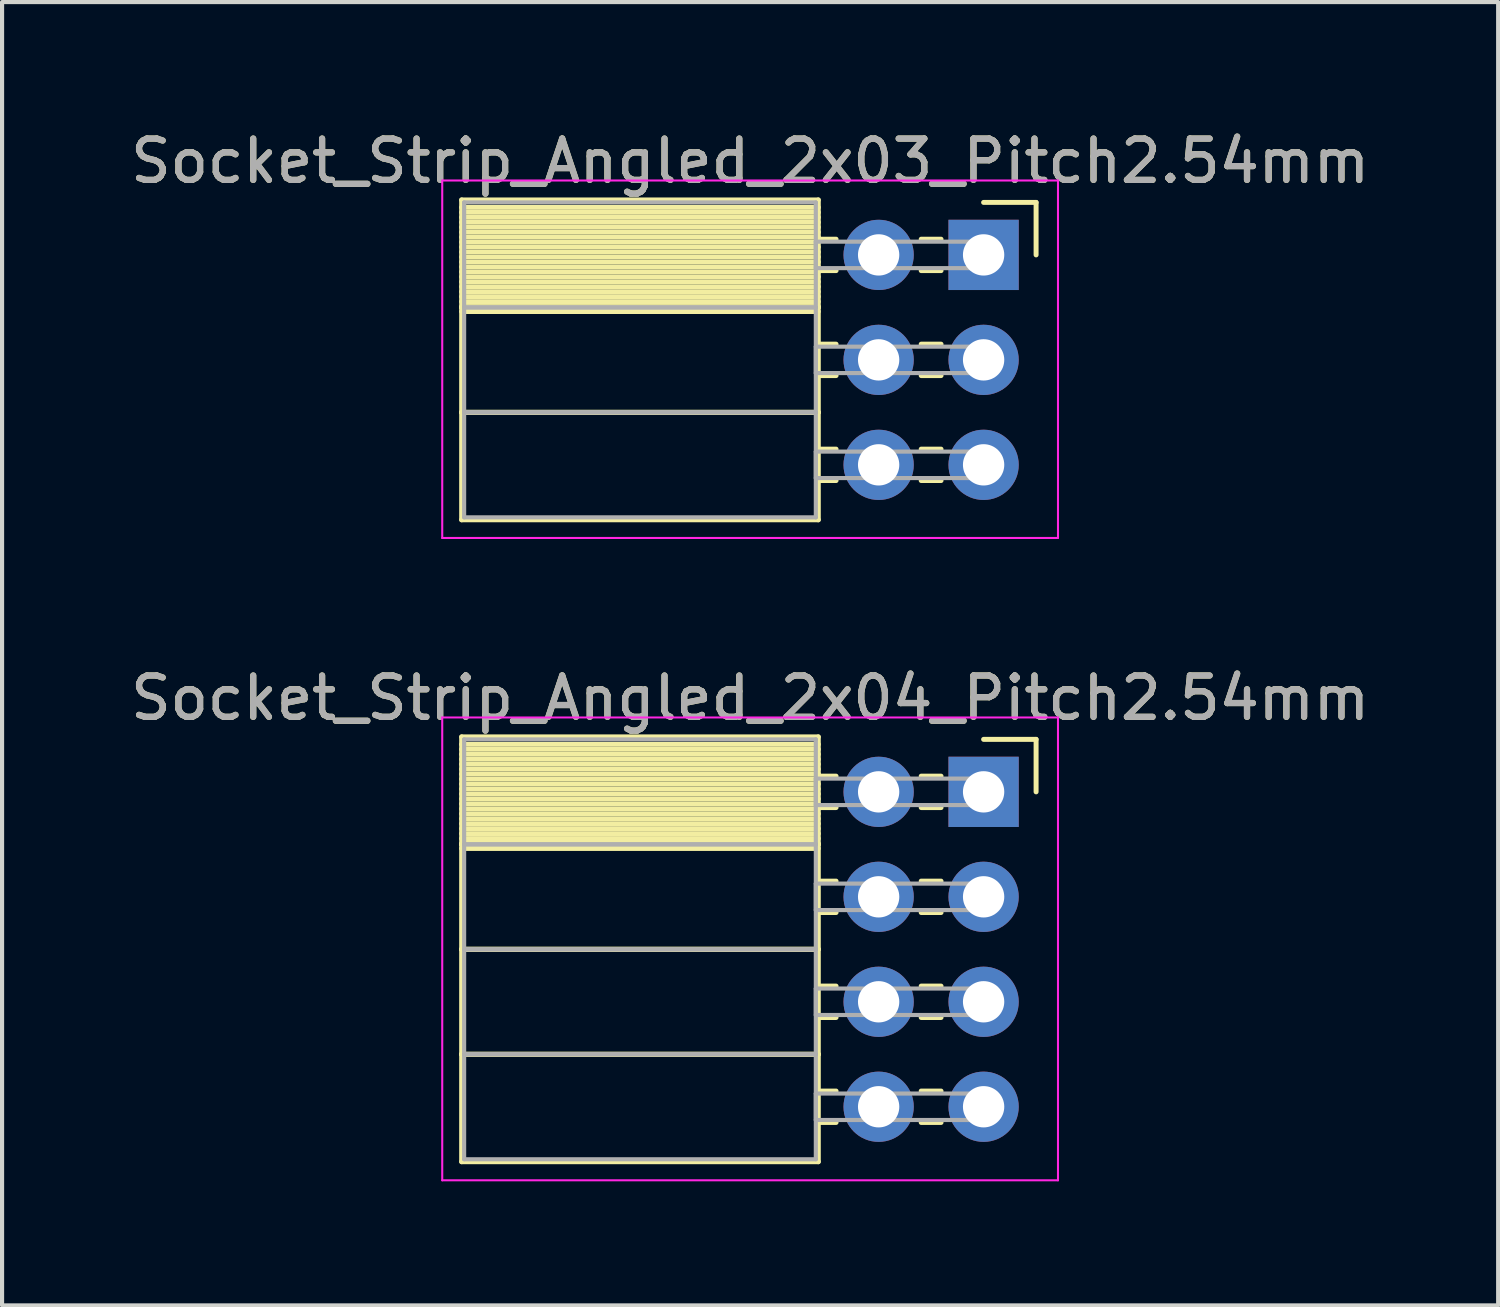
<source format=kicad_pcb>
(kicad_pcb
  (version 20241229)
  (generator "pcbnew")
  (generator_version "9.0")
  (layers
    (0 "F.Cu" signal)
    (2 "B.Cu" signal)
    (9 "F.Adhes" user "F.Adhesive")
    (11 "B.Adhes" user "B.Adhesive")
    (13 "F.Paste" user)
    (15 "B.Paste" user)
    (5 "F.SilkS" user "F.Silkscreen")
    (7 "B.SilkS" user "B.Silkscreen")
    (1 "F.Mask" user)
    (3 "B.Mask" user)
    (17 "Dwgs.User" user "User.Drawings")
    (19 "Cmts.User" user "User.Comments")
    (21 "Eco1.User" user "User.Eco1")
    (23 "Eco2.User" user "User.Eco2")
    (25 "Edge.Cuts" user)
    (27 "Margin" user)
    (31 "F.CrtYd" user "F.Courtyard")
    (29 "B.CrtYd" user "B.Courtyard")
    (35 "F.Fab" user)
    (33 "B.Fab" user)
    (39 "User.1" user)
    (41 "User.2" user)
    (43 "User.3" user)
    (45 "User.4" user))
  (footprint "Socket_Strip_Angled_2x04_Pitch2.54mm"
    (layer "F.Cu")
    (at 20.751 16.111)
    (property "Reference" "Socket_Strip_Angled_2x04_Pitch2.54mm" (at -5.65 -2.27 0) (layer "F.SilkS") (effects (font (size 1 1) (thickness 0.15))))
    (attr through_hole)
    (fp_line (start -12.63 -1.33) (end -4 -1.33) (stroke (width 0.12) (type solid)) (layer "F.SilkS"))
    (fp_line (start -12.63 1.27) (end -12.63 -1.33) (stroke (width 0.12) (type solid)) (layer "F.SilkS"))
    (fp_line (start -12.63 1.27) (end -4 1.27) (stroke (width 0.12) (type solid)) (layer "F.SilkS"))
    (fp_line (start -12.63 3.81) (end -12.63 1.27) (stroke (width 0.12) (type solid)) (layer "F.SilkS"))
    (fp_line (start -12.63 3.81) (end -4 3.81) (stroke (width 0.12) (type solid)) (layer "F.SilkS"))
    (fp_line (start -12.63 6.35) (end -12.63 3.81) (stroke (width 0.12) (type solid)) (layer "F.SilkS"))
    (fp_line (start -12.63 6.35) (end -4 6.35) (stroke (width 0.12) (type solid)) (layer "F.SilkS"))
    (fp_line (start -12.63 8.95) (end -12.63 6.35) (stroke (width 0.12) (type solid)) (layer "F.SilkS"))
    (fp_line (start -4 -1.33) (end -4 1.27) (stroke (width 0.12) (type solid)) (layer "F.SilkS"))
    (fp_line (start -4 -1.15) (end -12.63 -1.15) (stroke (width 0.12) (type solid)) (layer "F.SilkS"))
    (fp_line (start -4 -1.03) (end -12.63 -1.03) (stroke (width 0.12) (type solid)) (layer "F.SilkS"))
    (fp_line (start -4 -0.91) (end -12.63 -0.91) (stroke (width 0.12) (type solid)) (layer "F.SilkS"))
    (fp_line (start -4 -0.79) (end -12.63 -0.79) (stroke (width 0.12) (type solid)) (layer "F.SilkS"))
    (fp_line (start -4 -0.67) (end -12.63 -0.67) (stroke (width 0.12) (type solid)) (layer "F.SilkS"))
    (fp_line (start -4 -0.55) (end -12.63 -0.55) (stroke (width 0.12) (type solid)) (layer "F.SilkS"))
    (fp_line (start -4 -0.43) (end -12.63 -0.43) (stroke (width 0.12) (type solid)) (layer "F.SilkS"))
    (fp_line (start -4 -0.31) (end -12.63 -0.31) (stroke (width 0.12) (type solid)) (layer "F.SilkS"))
    (fp_line (start -4 -0.19) (end -12.63 -0.19) (stroke (width 0.12) (type solid)) (layer "F.SilkS"))
    (fp_line (start -4 -0.07) (end -12.63 -0.07) (stroke (width 0.12) (type solid)) (layer "F.SilkS"))
    (fp_line (start -4 0.05) (end -12.63 0.05) (stroke (width 0.12) (type solid)) (layer "F.SilkS"))
    (fp_line (start -4 0.17) (end -12.63 0.17) (stroke (width 0.12) (type solid)) (layer "F.SilkS"))
    (fp_line (start -4 0.29) (end -12.63 0.29) (stroke (width 0.12) (type solid)) (layer "F.SilkS"))
    (fp_line (start -4 0.41) (end -12.63 0.41) (stroke (width 0.12) (type solid)) (layer "F.SilkS"))
    (fp_line (start -4 0.53) (end -12.63 0.53) (stroke (width 0.12) (type solid)) (layer "F.SilkS"))
    (fp_line (start -4 0.65) (end -12.63 0.65) (stroke (width 0.12) (type solid)) (layer "F.SilkS"))
    (fp_line (start -4 0.77) (end -12.63 0.77) (stroke (width 0.12) (type solid)) (layer "F.SilkS"))
    (fp_line (start -4 0.89) (end -12.63 0.89) (stroke (width 0.12) (type solid)) (layer "F.SilkS"))
    (fp_line (start -4 1.01) (end -12.63 1.01) (stroke (width 0.12) (type solid)) (layer "F.SilkS"))
    (fp_line (start -4 1.13) (end -12.63 1.13) (stroke (width 0.12) (type solid)) (layer "F.SilkS"))
    (fp_line (start -4 1.25) (end -12.63 1.25) (stroke (width 0.12) (type solid)) (layer "F.SilkS"))
    (fp_line (start -4 1.27) (end -12.63 1.27) (stroke (width 0.12) (type solid)) (layer "F.SilkS"))
    (fp_line (start -4 1.27) (end -4 3.81) (stroke (width 0.12) (type solid)) (layer "F.SilkS"))
    (fp_line (start -4 1.37) (end -12.63 1.37) (stroke (width 0.12) (type solid)) (layer "F.SilkS"))
    (fp_line (start -4 3.81) (end -12.63 3.81) (stroke (width 0.12) (type solid)) (layer "F.SilkS"))
    (fp_line (start -4 3.81) (end -4 6.35) (stroke (width 0.12) (type solid)) (layer "F.SilkS"))
    (fp_line (start -4 6.35) (end -12.63 6.35) (stroke (width 0.12) (type solid)) (layer "F.SilkS"))
    (fp_line (start -4 6.35) (end -4 8.95) (stroke (width 0.12) (type solid)) (layer "F.SilkS"))
    (fp_line (start -4 8.95) (end -12.63 8.95) (stroke (width 0.12) (type solid)) (layer "F.SilkS"))
    (fp_line (start -3.57 -0.38) (end -4 -0.38) (stroke (width 0.12) (type solid)) (layer "F.SilkS"))
    (fp_line (start -3.57 0.38) (end -4 0.38) (stroke (width 0.12) (type solid)) (layer "F.SilkS"))
    (fp_line (start -3.57 2.16) (end -4 2.16) (stroke (width 0.12) (type solid)) (layer "F.SilkS"))
    (fp_line (start -3.57 2.92) (end -4 2.92) (stroke (width 0.12) (type solid)) (layer "F.SilkS"))
    (fp_line (start -3.57 4.7) (end -4 4.7) (stroke (width 0.12) (type solid)) (layer "F.SilkS"))
    (fp_line (start -3.57 5.46) (end -4 5.46) (stroke (width 0.12) (type solid)) (layer "F.SilkS"))
    (fp_line (start -3.57 7.24) (end -4 7.24) (stroke (width 0.12) (type solid)) (layer "F.SilkS"))
    (fp_line (start -3.57 8) (end -4 8) (stroke (width 0.12) (type solid)) (layer "F.SilkS"))
    (fp_line (start -1.03 -0.38) (end -1.51 -0.38) (stroke (width 0.12) (type solid)) (layer "F.SilkS"))
    (fp_line (start -1.03 0.38) (end -1.51 0.38) (stroke (width 0.12) (type solid)) (layer "F.SilkS"))
    (fp_line (start -1.03 2.16) (end -1.51 2.16) (stroke (width 0.12) (type solid)) (layer "F.SilkS"))
    (fp_line (start -1.03 2.92) (end -1.51 2.92) (stroke (width 0.12) (type solid)) (layer "F.SilkS"))
    (fp_line (start -1.03 4.7) (end -1.51 4.7) (stroke (width 0.12) (type solid)) (layer "F.SilkS"))
    (fp_line (start -1.03 5.46) (end -1.51 5.46) (stroke (width 0.12) (type solid)) (layer "F.SilkS"))
    (fp_line (start -1.03 7.24) (end -1.51 7.24) (stroke (width 0.12) (type solid)) (layer "F.SilkS"))
    (fp_line (start -1.03 8) (end -1.51 8) (stroke (width 0.12) (type solid)) (layer "F.SilkS"))
    (fp_line (start 0 -1.27) (end 1.27 -1.27) (stroke (width 0.12) (type solid)) (layer "F.SilkS"))
    (fp_line (start 1.27 -1.27) (end 1.27 0) (stroke (width 0.12) (type solid)) (layer "F.SilkS"))
    (fp_line (start -13.1 -1.8) (end 1.8 -1.8) (stroke (width 0.05) (type solid)) (layer "F.CrtYd"))
    (fp_line (start -13.1 9.4) (end -13.1 -1.8) (stroke (width 0.05) (type solid)) (layer "F.CrtYd"))
    (fp_line (start 1.8 -1.8) (end 1.8 9.4) (stroke (width 0.05) (type solid)) (layer "F.CrtYd"))
    (fp_line (start 1.8 9.4) (end -13.1 9.4) (stroke (width 0.05) (type solid)) (layer "F.CrtYd"))
    (fp_line (start -12.57 -1.27) (end -4.06 -1.27) (stroke (width 0.1) (type solid)) (layer "F.Fab"))
    (fp_line (start -12.57 1.27) (end -12.57 -1.27) (stroke (width 0.1) (type solid)) (layer "F.Fab"))
    (fp_line (start -12.57 1.27) (end -4.06 1.27) (stroke (width 0.1) (type solid)) (layer "F.Fab"))
    (fp_line (start -12.57 3.81) (end -12.57 1.27) (stroke (width 0.1) (type solid)) (layer "F.Fab"))
    (fp_line (start -12.57 3.81) (end -4.06 3.81) (stroke (width 0.1) (type solid)) (layer "F.Fab"))
    (fp_line (start -12.57 6.35) (end -12.57 3.81) (stroke (width 0.1) (type solid)) (layer "F.Fab"))
    (fp_line (start -12.57 6.35) (end -4.06 6.35) (stroke (width 0.1) (type solid)) (layer "F.Fab"))
    (fp_line (start -12.57 8.89) (end -12.57 6.35) (stroke (width 0.1) (type solid)) (layer "F.Fab"))
    (fp_line (start -4.06 -1.27) (end -4.06 1.27) (stroke (width 0.1) (type solid)) (layer "F.Fab"))
    (fp_line (start -4.06 -0.32) (end 0 -0.32) (stroke (width 0.1) (type solid)) (layer "F.Fab"))
    (fp_line (start -4.06 0.32) (end -4.06 -0.32) (stroke (width 0.1) (type solid)) (layer "F.Fab"))
    (fp_line (start -4.06 1.27) (end -12.57 1.27) (stroke (width 0.1) (type solid)) (layer "F.Fab"))
    (fp_line (start -4.06 1.27) (end -4.06 3.81) (stroke (width 0.1) (type solid)) (layer "F.Fab"))
    (fp_line (start -4.06 2.22) (end 0 2.22) (stroke (width 0.1) (type solid)) (layer "F.Fab"))
    (fp_line (start -4.06 2.86) (end -4.06 2.22) (stroke (width 0.1) (type solid)) (layer "F.Fab"))
    (fp_line (start -4.06 3.81) (end -12.57 3.81) (stroke (width 0.1) (type solid)) (layer "F.Fab"))
    (fp_line (start -4.06 3.81) (end -4.06 6.35) (stroke (width 0.1) (type solid)) (layer "F.Fab"))
    (fp_line (start -4.06 4.76) (end 0 4.76) (stroke (width 0.1) (type solid)) (layer "F.Fab"))
    (fp_line (start -4.06 5.4) (end -4.06 4.76) (stroke (width 0.1) (type solid)) (layer "F.Fab"))
    (fp_line (start -4.06 6.35) (end -12.57 6.35) (stroke (width 0.1) (type solid)) (layer "F.Fab"))
    (fp_line (start -4.06 6.35) (end -4.06 8.89) (stroke (width 0.1) (type solid)) (layer "F.Fab"))
    (fp_line (start -4.06 7.3) (end 0 7.3) (stroke (width 0.1) (type solid)) (layer "F.Fab"))
    (fp_line (start -4.06 7.94) (end -4.06 7.3) (stroke (width 0.1) (type solid)) (layer "F.Fab"))
    (fp_line (start -4.06 8.89) (end -12.57 8.89) (stroke (width 0.1) (type solid)) (layer "F.Fab"))
    (fp_line (start 0 -0.32) (end 0 0.32) (stroke (width 0.1) (type solid)) (layer "F.Fab"))
    (fp_line (start 0 0.32) (end -4.06 0.32) (stroke (width 0.1) (type solid)) (layer "F.Fab"))
    (fp_line (start 0 2.22) (end 0 2.86) (stroke (width 0.1) (type solid)) (layer "F.Fab"))
    (fp_line (start 0 2.86) (end -4.06 2.86) (stroke (width 0.1) (type solid)) (layer "F.Fab"))
    (fp_line (start 0 4.76) (end 0 5.4) (stroke (width 0.1) (type solid)) (layer "F.Fab"))
    (fp_line (start 0 5.4) (end -4.06 5.4) (stroke (width 0.1) (type solid)) (layer "F.Fab"))
    (fp_line (start 0 7.3) (end 0 7.94) (stroke (width 0.1) (type solid)) (layer "F.Fab"))
    (fp_line (start 0 7.94) (end -4.06 7.94) (stroke (width 0.1) (type solid)) (layer "F.Fab"))
    (fp_text user "${REFERENCE}" (at -5.65 -2.27 0) (layer "F.Fab") (effects (font (size 1 1) (thickness 0.15))))
    (pad "1" thru_hole rect (at 0 0) (size 1.7 1.7) (drill 1) (layers "*.Cu" "*.Mask"))
    (pad "2" thru_hole oval (at -2.54 0) (size 1.7 1.7) (drill 1) (layers "*.Cu" "*.Mask"))
    (pad "3" thru_hole oval (at 0 2.54) (size 1.7 1.7) (drill 1) (layers "*.Cu" "*.Mask"))
    (pad "4" thru_hole oval (at -2.54 2.54) (size 1.7 1.7) (drill 1) (layers "*.Cu" "*.Mask"))
    (pad "5" thru_hole oval (at 0 5.08) (size 1.7 1.7) (drill 1) (layers "*.Cu" "*.Mask"))
    (pad "6" thru_hole oval (at -2.54 5.08) (size 1.7 1.7) (drill 1) (layers "*.Cu" "*.Mask"))
    (pad "7" thru_hole oval (at 0 7.62) (size 1.7 1.7) (drill 1) (layers "*.Cu" "*.Mask"))
    (pad "8" thru_hole oval (at -2.54 7.62) (size 1.7 1.7) (drill 1) (layers "*.Cu" "*.Mask")))
  (footprint "Socket_Strip_Angled_2x03_Pitch2.54mm"
    (layer "F.Cu")
    (at 20.751 3.118)
    (property "Reference" "Socket_Strip_Angled_2x03_Pitch2.54mm" (at -5.65 -2.27 0) (layer "F.SilkS") (effects (font (size 1 1) (thickness 0.15))))
    (attr through_hole)
    (fp_line (start -12.63 -1.33) (end -4 -1.33) (stroke (width 0.12) (type solid)) (layer "F.SilkS"))
    (fp_line (start -12.63 1.27) (end -12.63 -1.33) (stroke (width 0.12) (type solid)) (layer "F.SilkS"))
    (fp_line (start -12.63 1.27) (end -4 1.27) (stroke (width 0.12) (type solid)) (layer "F.SilkS"))
    (fp_line (start -12.63 3.81) (end -12.63 1.27) (stroke (width 0.12) (type solid)) (layer "F.SilkS"))
    (fp_line (start -12.63 3.81) (end -4 3.81) (stroke (width 0.12) (type solid)) (layer "F.SilkS"))
    (fp_line (start -12.63 6.41) (end -12.63 3.81) (stroke (width 0.12) (type solid)) (layer "F.SilkS"))
    (fp_line (start -4 -1.33) (end -4 1.27) (stroke (width 0.12) (type solid)) (layer "F.SilkS"))
    (fp_line (start -4 -1.15) (end -12.63 -1.15) (stroke (width 0.12) (type solid)) (layer "F.SilkS"))
    (fp_line (start -4 -1.03) (end -12.63 -1.03) (stroke (width 0.12) (type solid)) (layer "F.SilkS"))
    (fp_line (start -4 -0.91) (end -12.63 -0.91) (stroke (width 0.12) (type solid)) (layer "F.SilkS"))
    (fp_line (start -4 -0.79) (end -12.63 -0.79) (stroke (width 0.12) (type solid)) (layer "F.SilkS"))
    (fp_line (start -4 -0.67) (end -12.63 -0.67) (stroke (width 0.12) (type solid)) (layer "F.SilkS"))
    (fp_line (start -4 -0.55) (end -12.63 -0.55) (stroke (width 0.12) (type solid)) (layer "F.SilkS"))
    (fp_line (start -4 -0.43) (end -12.63 -0.43) (stroke (width 0.12) (type solid)) (layer "F.SilkS"))
    (fp_line (start -4 -0.31) (end -12.63 -0.31) (stroke (width 0.12) (type solid)) (layer "F.SilkS"))
    (fp_line (start -4 -0.19) (end -12.63 -0.19) (stroke (width 0.12) (type solid)) (layer "F.SilkS"))
    (fp_line (start -4 -0.07) (end -12.63 -0.07) (stroke (width 0.12) (type solid)) (layer "F.SilkS"))
    (fp_line (start -4 0.05) (end -12.63 0.05) (stroke (width 0.12) (type solid)) (layer "F.SilkS"))
    (fp_line (start -4 0.17) (end -12.63 0.17) (stroke (width 0.12) (type solid)) (layer "F.SilkS"))
    (fp_line (start -4 0.29) (end -12.63 0.29) (stroke (width 0.12) (type solid)) (layer "F.SilkS"))
    (fp_line (start -4 0.41) (end -12.63 0.41) (stroke (width 0.12) (type solid)) (layer "F.SilkS"))
    (fp_line (start -4 0.53) (end -12.63 0.53) (stroke (width 0.12) (type solid)) (layer "F.SilkS"))
    (fp_line (start -4 0.65) (end -12.63 0.65) (stroke (width 0.12) (type solid)) (layer "F.SilkS"))
    (fp_line (start -4 0.77) (end -12.63 0.77) (stroke (width 0.12) (type solid)) (layer "F.SilkS"))
    (fp_line (start -4 0.89) (end -12.63 0.89) (stroke (width 0.12) (type solid)) (layer "F.SilkS"))
    (fp_line (start -4 1.01) (end -12.63 1.01) (stroke (width 0.12) (type solid)) (layer "F.SilkS"))
    (fp_line (start -4 1.13) (end -12.63 1.13) (stroke (width 0.12) (type solid)) (layer "F.SilkS"))
    (fp_line (start -4 1.25) (end -12.63 1.25) (stroke (width 0.12) (type solid)) (layer "F.SilkS"))
    (fp_line (start -4 1.27) (end -12.63 1.27) (stroke (width 0.12) (type solid)) (layer "F.SilkS"))
    (fp_line (start -4 1.27) (end -4 3.81) (stroke (width 0.12) (type solid)) (layer "F.SilkS"))
    (fp_line (start -4 1.37) (end -12.63 1.37) (stroke (width 0.12) (type solid)) (layer "F.SilkS"))
    (fp_line (start -4 3.81) (end -12.63 3.81) (stroke (width 0.12) (type solid)) (layer "F.SilkS"))
    (fp_line (start -4 3.81) (end -4 6.41) (stroke (width 0.12) (type solid)) (layer "F.SilkS"))
    (fp_line (start -4 6.41) (end -12.63 6.41) (stroke (width 0.12) (type solid)) (layer "F.SilkS"))
    (fp_line (start -3.57 -0.38) (end -4 -0.38) (stroke (width 0.12) (type solid)) (layer "F.SilkS"))
    (fp_line (start -3.57 0.38) (end -4 0.38) (stroke (width 0.12) (type solid)) (layer "F.SilkS"))
    (fp_line (start -3.57 2.16) (end -4 2.16) (stroke (width 0.12) (type solid)) (layer "F.SilkS"))
    (fp_line (start -3.57 2.92) (end -4 2.92) (stroke (width 0.12) (type solid)) (layer "F.SilkS"))
    (fp_line (start -3.57 4.7) (end -4 4.7) (stroke (width 0.12) (type solid)) (layer "F.SilkS"))
    (fp_line (start -3.57 5.46) (end -4 5.46) (stroke (width 0.12) (type solid)) (layer "F.SilkS"))
    (fp_line (start -1.03 -0.38) (end -1.51 -0.38) (stroke (width 0.12) (type solid)) (layer "F.SilkS"))
    (fp_line (start -1.03 0.38) (end -1.51 0.38) (stroke (width 0.12) (type solid)) (layer "F.SilkS"))
    (fp_line (start -1.03 2.16) (end -1.51 2.16) (stroke (width 0.12) (type solid)) (layer "F.SilkS"))
    (fp_line (start -1.03 2.92) (end -1.51 2.92) (stroke (width 0.12) (type solid)) (layer "F.SilkS"))
    (fp_line (start -1.03 4.7) (end -1.51 4.7) (stroke (width 0.12) (type solid)) (layer "F.SilkS"))
    (fp_line (start -1.03 5.46) (end -1.51 5.46) (stroke (width 0.12) (type solid)) (layer "F.SilkS"))
    (fp_line (start 0 -1.27) (end 1.27 -1.27) (stroke (width 0.12) (type solid)) (layer "F.SilkS"))
    (fp_line (start 1.27 -1.27) (end 1.27 0) (stroke (width 0.12) (type solid)) (layer "F.SilkS"))
    (fp_line (start -13.1 -1.8) (end 1.8 -1.8) (stroke (width 0.05) (type solid)) (layer "F.CrtYd"))
    (fp_line (start -13.1 6.85) (end -13.1 -1.8) (stroke (width 0.05) (type solid)) (layer "F.CrtYd"))
    (fp_line (start 1.8 -1.8) (end 1.8 6.85) (stroke (width 0.05) (type solid)) (layer "F.CrtYd"))
    (fp_line (start 1.8 6.85) (end -13.1 6.85) (stroke (width 0.05) (type solid)) (layer "F.CrtYd"))
    (fp_line (start -12.57 -1.27) (end -4.06 -1.27) (stroke (width 0.1) (type solid)) (layer "F.Fab"))
    (fp_line (start -12.57 1.27) (end -12.57 -1.27) (stroke (width 0.1) (type solid)) (layer "F.Fab"))
    (fp_line (start -12.57 1.27) (end -4.06 1.27) (stroke (width 0.1) (type solid)) (layer "F.Fab"))
    (fp_line (start -12.57 3.81) (end -12.57 1.27) (stroke (width 0.1) (type solid)) (layer "F.Fab"))
    (fp_line (start -12.57 3.81) (end -4.06 3.81) (stroke (width 0.1) (type solid)) (layer "F.Fab"))
    (fp_line (start -12.57 6.35) (end -12.57 3.81) (stroke (width 0.1) (type solid)) (layer "F.Fab"))
    (fp_line (start -4.06 -1.27) (end -4.06 1.27) (stroke (width 0.1) (type solid)) (layer "F.Fab"))
    (fp_line (start -4.06 -0.32) (end 0 -0.32) (stroke (width 0.1) (type solid)) (layer "F.Fab"))
    (fp_line (start -4.06 0.32) (end -4.06 -0.32) (stroke (width 0.1) (type solid)) (layer "F.Fab"))
    (fp_line (start -4.06 1.27) (end -12.57 1.27) (stroke (width 0.1) (type solid)) (layer "F.Fab"))
    (fp_line (start -4.06 1.27) (end -4.06 3.81) (stroke (width 0.1) (type solid)) (layer "F.Fab"))
    (fp_line (start -4.06 2.22) (end 0 2.22) (stroke (width 0.1) (type solid)) (layer "F.Fab"))
    (fp_line (start -4.06 2.86) (end -4.06 2.22) (stroke (width 0.1) (type solid)) (layer "F.Fab"))
    (fp_line (start -4.06 3.81) (end -12.57 3.81) (stroke (width 0.1) (type solid)) (layer "F.Fab"))
    (fp_line (start -4.06 3.81) (end -4.06 6.35) (stroke (width 0.1) (type solid)) (layer "F.Fab"))
    (fp_line (start -4.06 4.76) (end 0 4.76) (stroke (width 0.1) (type solid)) (layer "F.Fab"))
    (fp_line (start -4.06 5.4) (end -4.06 4.76) (stroke (width 0.1) (type solid)) (layer "F.Fab"))
    (fp_line (start -4.06 6.35) (end -12.57 6.35) (stroke (width 0.1) (type solid)) (layer "F.Fab"))
    (fp_line (start 0 -0.32) (end 0 0.32) (stroke (width 0.1) (type solid)) (layer "F.Fab"))
    (fp_line (start 0 0.32) (end -4.06 0.32) (stroke (width 0.1) (type solid)) (layer "F.Fab"))
    (fp_line (start 0 2.22) (end 0 2.86) (stroke (width 0.1) (type solid)) (layer "F.Fab"))
    (fp_line (start 0 2.86) (end -4.06 2.86) (stroke (width 0.1) (type solid)) (layer "F.Fab"))
    (fp_line (start 0 4.76) (end 0 5.4) (stroke (width 0.1) (type solid)) (layer "F.Fab"))
    (fp_line (start 0 5.4) (end -4.06 5.4) (stroke (width 0.1) (type solid)) (layer "F.Fab"))
    (fp_text user "${REFERENCE}" (at -5.65 -2.27 0) (layer "F.Fab") (effects (font (size 1 1) (thickness 0.15))))
    (pad "1" thru_hole rect (at 0 0) (size 1.7 1.7) (drill 1) (layers "*.Cu" "*.Mask"))
    (pad "2" thru_hole oval (at -2.54 0) (size 1.7 1.7) (drill 1) (layers "*.Cu" "*.Mask"))
    (pad "3" thru_hole oval (at 0 2.54) (size 1.7 1.7) (drill 1) (layers "*.Cu" "*.Mask"))
    (pad "4" thru_hole oval (at -2.54 2.54) (size 1.7 1.7) (drill 1) (layers "*.Cu" "*.Mask"))
    (pad "5" thru_hole oval (at 0 5.08) (size 1.7 1.7) (drill 1) (layers "*.Cu" "*.Mask"))
    (pad "6" thru_hole oval (at -2.54 5.08) (size 1.7 1.7) (drill 1) (layers "*.Cu" "*.Mask")))
  (gr_rect
    (start -3 -3)
    (end 33.202 28.537)
    (stroke (width 0.1) (type default))
    (fill no)
    (layer "Edge.Cuts")))
</source>
